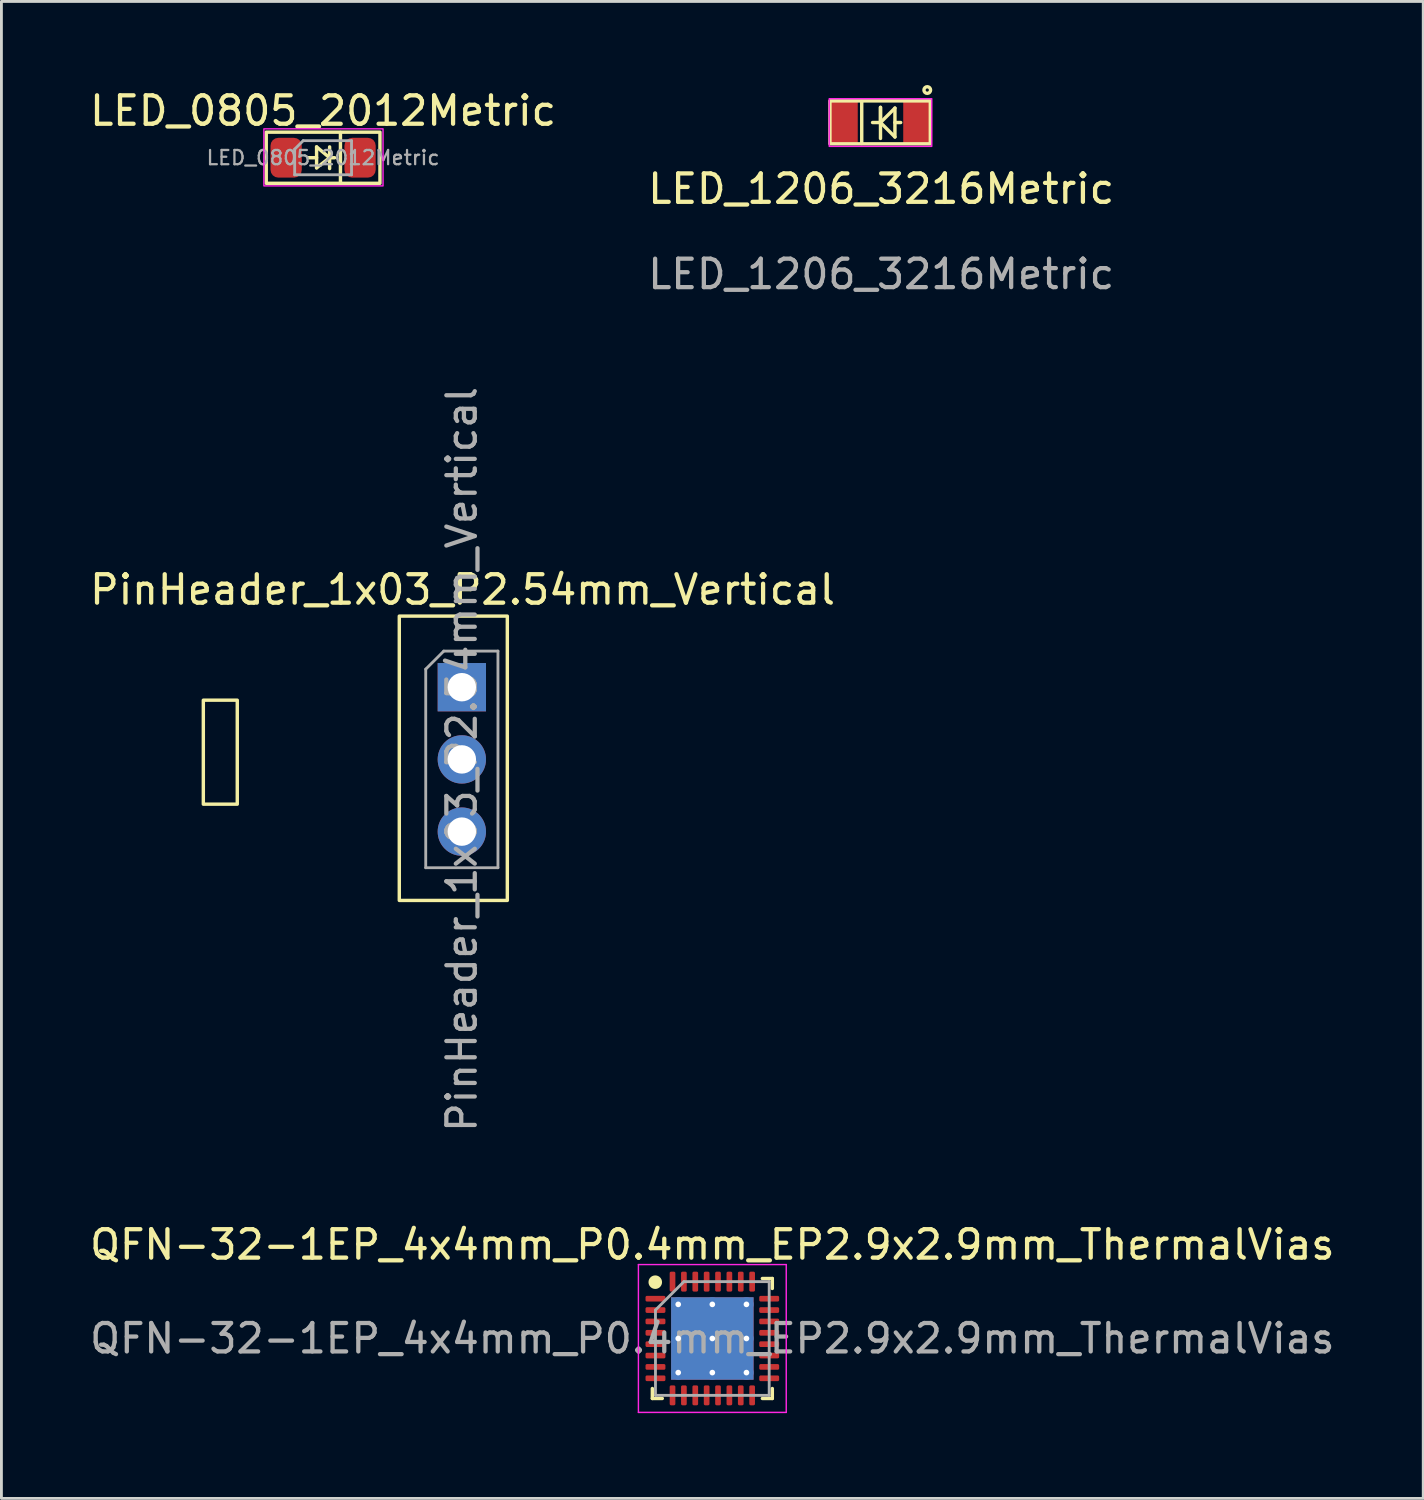
<source format=kicad_pcb>
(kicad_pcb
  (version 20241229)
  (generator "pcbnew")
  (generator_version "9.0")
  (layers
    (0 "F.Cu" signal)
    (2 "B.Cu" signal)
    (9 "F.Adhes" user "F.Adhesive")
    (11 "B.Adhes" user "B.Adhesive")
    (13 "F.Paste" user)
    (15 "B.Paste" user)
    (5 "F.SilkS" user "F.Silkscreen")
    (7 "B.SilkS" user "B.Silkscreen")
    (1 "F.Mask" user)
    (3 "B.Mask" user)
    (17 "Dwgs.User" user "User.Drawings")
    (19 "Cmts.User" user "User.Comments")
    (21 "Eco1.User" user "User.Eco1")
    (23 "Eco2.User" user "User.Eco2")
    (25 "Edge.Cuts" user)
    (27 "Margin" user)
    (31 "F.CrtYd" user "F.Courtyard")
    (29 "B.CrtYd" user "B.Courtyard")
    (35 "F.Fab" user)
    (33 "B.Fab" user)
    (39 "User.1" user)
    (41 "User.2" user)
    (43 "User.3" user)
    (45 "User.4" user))
  (footprint "LED_1206_3216Metric"
    (layer "F.Cu")
    (at 27.921 1.26)
    (property "Reference" "LED_1206_3216Metric" (at 0.025 2.334 0) (unlocked yes) (layer "F.SilkS") (effects (font (size 1 1) (thickness 0.15))))
    (attr smd)
    (fp_line (start -0.66 -0.737) (end -0.66 0.737) (stroke (width 0.12) (type default)) (layer "F.SilkS"))
    (fp_line (start 0 -0.533) (end 0 0.559) (stroke (width 0.12) (type default)) (layer "F.SilkS"))
    (fp_line (start 0 0) (end -0.279 0) (stroke (width 0.12) (type default)) (layer "F.SilkS"))
    (fp_line (start 0 0) (end 0 -0.533) (stroke (width 0.12) (type default)) (layer "F.SilkS"))
    (fp_line (start 0 0) (end 0.508 -0.508) (stroke (width 0.12) (type default)) (layer "F.SilkS"))
    (fp_line (start 0.508 -0.508) (end 0.508 0.508) (stroke (width 0.12) (type default)) (layer "F.SilkS"))
    (fp_line (start 0.508 0) (end 0.711 0) (stroke (width 0.12) (type default)) (layer "F.SilkS"))
    (fp_line (start 0.508 0.508) (end 0 0) (stroke (width 0.12) (type default)) (layer "F.SilkS"))
    (fp_rect (start -1.778 -0.762) (end 1.753 0.75) (stroke (width 0.12) (type default)) (fill no) (layer "F.SilkS"))
    (fp_circle (center 1.645 -1.143) (end 1.696 -1.168) (stroke (width 0.12) (type default)) (fill no) (layer "F.SilkS"))
    (fp_rect (start -1.803 -0.838) (end 1.803 0.838) (stroke (width 0.05) (type default)) (fill no) (layer "F.CrtYd"))
    (fp_text user "${REFERENCE}" (at 0.025 5.334 0) (unlocked yes) (layer "F.Fab") (effects (font (size 1 1) (thickness 0.15))))
    (pad "1" smd custom (at 1.3 0) (size 1 1.5) (layers "F.Cu" "F.Mask" "F.Paste") (options (anchor rect)) (primitives))
    (pad "2" smd custom (at -1.3 0) (size 1 1.5) (layers "F.Cu" "F.Mask" "F.Paste") (options (anchor rect)) (primitives)))
  (footprint "LED_0805_2012Metric"
    (layer "F.Cu")
    (at 8.315 2.498)
    (property "Reference" "LED_0805_2012Metric" (at 0 -1.65 0) (layer "F.SilkS") (effects (font (size 1 1) (thickness 0.15))))
    (attr smd)
    (fp_line (start -0.229 -0.381) (end 0.229 0) (stroke (width 0.12) (type default)) (layer "F.SilkS"))
    (fp_line (start -0.229 0) (end -0.508 0) (stroke (width 0.12) (type default)) (layer "F.SilkS"))
    (fp_line (start -0.229 0.356) (end -0.229 -0.381) (stroke (width 0.12) (type default)) (layer "F.SilkS"))
    (fp_line (start 0.229 0) (end -0.229 0.356) (stroke (width 0.12) (type default)) (layer "F.SilkS"))
    (fp_line (start 0.229 0) (end 0.406 0) (stroke (width 0.12) (type default)) (layer "F.SilkS"))
    (fp_line (start 0.229 0.381) (end 0.229 -0.381) (stroke (width 0.12) (type default)) (layer "F.SilkS"))
    (fp_line (start 0.61 -0.889) (end 0.61 0.889) (stroke (width 0.12) (type default)) (layer "F.SilkS"))
    (fp_rect (start -2 -0.9) (end 2 0.9) (stroke (width 0.12) (type default)) (fill no) (layer "F.SilkS"))
    (fp_rect (start -2.083 -1.016) (end 2.108 0.991) (stroke (width 0.05) (type default)) (fill no) (layer "F.CrtYd"))
    (fp_line (start -1 -0.3) (end -1 0.6) (stroke (width 0.1) (type solid)) (layer "F.Fab"))
    (fp_line (start -1 0.6) (end 1 0.6) (stroke (width 0.1) (type solid)) (layer "F.Fab"))
    (fp_line (start -0.7 -0.6) (end -1 -0.3) (stroke (width 0.1) (type solid)) (layer "F.Fab"))
    (fp_line (start 1 -0.6) (end -0.7 -0.6) (stroke (width 0.1) (type solid)) (layer "F.Fab"))
    (fp_line (start 1 0.6) (end 1 -0.6) (stroke (width 0.1) (type solid)) (layer "F.Fab"))
    (fp_text user "${REFERENCE}" (at 0 0 0) (layer "F.Fab") (effects (font (size 0.5 0.5) (thickness 0.08))))
    (pad "1" smd roundrect (at -1.3 0) (size 1.1 1.4) (layers "F.Cu" "F.Mask" "F.Paste") (roundrect_rratio 0.25))
    (pad "2" smd roundrect (at 1.3 0) (size 1.1 1.4) (layers "F.Cu" "F.Mask" "F.Paste") (roundrect_rratio 0.25)))
  (footprint "QFN-32-1EP_4x4mm_P0.4mm_EP2.9x2.9mm_ThermalVias"
    (layer "F.Cu")
    (at 22.006 44.031)
    (property "Reference" "QFN-32-1EP_4x4mm_P0.4mm_EP2.9x2.9mm_ThermalVias" (at 0 -3.3 0) (layer "F.SilkS") (effects (font (size 1 1) (thickness 0.15))))
    (attr smd)
    (fp_line (start -2.11 2.11) (end -2.11 1.76) (stroke (width 0.12) (type solid)) (layer "F.SilkS"))
    (fp_line (start -1.76 2.11) (end -2.11 2.11) (stroke (width 0.12) (type solid)) (layer "F.SilkS"))
    (fp_line (start 1.76 -2.11) (end 2.11 -2.11) (stroke (width 0.12) (type solid)) (layer "F.SilkS"))
    (fp_line (start 1.76 2.11) (end 2.11 2.11) (stroke (width 0.12) (type solid)) (layer "F.SilkS"))
    (fp_line (start 2.11 -2.11) (end 2.11 -1.76) (stroke (width 0.12) (type solid)) (layer "F.SilkS"))
    (fp_line (start 2.11 2.11) (end 2.11 1.76) (stroke (width 0.12) (type solid)) (layer "F.SilkS"))
    (fp_circle (center -2.007 -1.981) (end -1.829 -1.981) (stroke (width 0.12) (type solid)) (fill yes) (layer "F.SilkS"))
    (fp_line (start -2.6 -2.6) (end -2.6 2.6) (stroke (width 0.05) (type solid)) (layer "F.CrtYd"))
    (fp_line (start -2.6 2.6) (end 2.6 2.6) (stroke (width 0.05) (type solid)) (layer "F.CrtYd"))
    (fp_line (start 2.6 -2.6) (end -2.6 -2.6) (stroke (width 0.05) (type solid)) (layer "F.CrtYd"))
    (fp_line (start 2.6 2.6) (end 2.6 -2.6) (stroke (width 0.05) (type solid)) (layer "F.CrtYd"))
    (fp_line (start -2 -1) (end -1 -2) (stroke (width 0.1) (type solid)) (layer "F.Fab"))
    (fp_line (start -2 2) (end -2 -1) (stroke (width 0.1) (type solid)) (layer "F.Fab"))
    (fp_line (start -1 -2) (end 2 -2) (stroke (width 0.1) (type solid)) (layer "F.Fab"))
    (fp_line (start 2 -2) (end 2 2) (stroke (width 0.1) (type solid)) (layer "F.Fab"))
    (fp_line (start 2 2) (end -2 2) (stroke (width 0.1) (type solid)) (layer "F.Fab"))
    (fp_text user "${REFERENCE}" (at 0 0 0) (layer "F.Fab") (effects (font (size 1 1) (thickness 0.15))))
    (pad "" smd roundrect (at -0.725 -0.725) (size 1.26 1.26) (layers "F.Paste") (roundrect_rratio 0.198))
    (pad "" smd roundrect (at -0.725 0.725) (size 1.26 1.26) (layers "F.Paste") (roundrect_rratio 0.198))
    (pad "" smd roundrect (at 0.725 -0.725) (size 1.26 1.26) (layers "F.Paste") (roundrect_rratio 0.198))
    (pad "" smd roundrect (at 0.725 0.725) (size 1.26 1.26) (layers "F.Paste") (roundrect_rratio 0.198))
    (pad "1" smd roundrect (at -2 -1.4) (size 0.7 0.2) (layers "F.Cu" "F.Mask" "F.Paste") (roundrect_rratio 0.25))
    (pad "2" smd roundrect (at -2 -1) (size 0.7 0.2) (layers "F.Cu" "F.Mask" "F.Paste") (roundrect_rratio 0.25))
    (pad "3" smd roundrect (at -2 -0.6) (size 0.7 0.2) (layers "F.Cu" "F.Mask" "F.Paste") (roundrect_rratio 0.25))
    (pad "4" smd roundrect (at -2 -0.2) (size 0.7 0.2) (layers "F.Cu" "F.Mask" "F.Paste") (roundrect_rratio 0.25))
    (pad "5" smd roundrect (at -2 0.2) (size 0.7 0.2) (layers "F.Cu" "F.Mask" "F.Paste") (roundrect_rratio 0.25))
    (pad "6" smd roundrect (at -2 0.6) (size 0.7 0.2) (layers "F.Cu" "F.Mask" "F.Paste") (roundrect_rratio 0.25))
    (pad "7" smd roundrect (at -2 1) (size 0.7 0.2) (layers "F.Cu" "F.Mask" "F.Paste") (roundrect_rratio 0.25))
    (pad "8" smd roundrect (at -2 1.4) (size 0.7 0.2) (layers "F.Cu" "F.Mask" "F.Paste") (roundrect_rratio 0.25))
    (pad "9" smd roundrect (at -1.4 2) (size 0.2 0.7) (layers "F.Cu" "F.Mask" "F.Paste") (roundrect_rratio 0.25))
    (pad "10" smd roundrect (at -1 2) (size 0.2 0.7) (layers "F.Cu" "F.Mask" "F.Paste") (roundrect_rratio 0.25))
    (pad "11" smd roundrect (at -0.6 2) (size 0.2 0.7) (layers "F.Cu" "F.Mask" "F.Paste") (roundrect_rratio 0.25))
    (pad "12" smd roundrect (at -0.2 2) (size 0.2 0.7) (layers "F.Cu" "F.Mask" "F.Paste") (roundrect_rratio 0.25))
    (pad "13" smd roundrect (at 0.2 2) (size 0.2 0.7) (layers "F.Cu" "F.Mask" "F.Paste") (roundrect_rratio 0.25))
    (pad "14" smd roundrect (at 0.6 2) (size 0.2 0.7) (layers "F.Cu" "F.Mask" "F.Paste") (roundrect_rratio 0.25))
    (pad "15" smd roundrect (at 1 2) (size 0.2 0.7) (layers "F.Cu" "F.Mask" "F.Paste") (roundrect_rratio 0.25))
    (pad "16" smd roundrect (at 1.4 2) (size 0.2 0.7) (layers "F.Cu" "F.Mask" "F.Paste") (roundrect_rratio 0.25))
    (pad "17" smd roundrect (at 2 1.4) (size 0.7 0.2) (layers "F.Cu" "F.Mask" "F.Paste") (roundrect_rratio 0.25))
    (pad "18" smd roundrect (at 2 1) (size 0.7 0.2) (layers "F.Cu" "F.Mask" "F.Paste") (roundrect_rratio 0.25))
    (pad "19" smd roundrect (at 2 0.6) (size 0.7 0.2) (layers "F.Cu" "F.Mask" "F.Paste") (roundrect_rratio 0.25))
    (pad "20" smd roundrect (at 2 0.2) (size 0.7 0.2) (layers "F.Cu" "F.Mask" "F.Paste") (roundrect_rratio 0.25))
    (pad "21" smd roundrect (at 2 -0.2) (size 0.7 0.2) (layers "F.Cu" "F.Mask" "F.Paste") (roundrect_rratio 0.25))
    (pad "22" smd roundrect (at 2 -0.6) (size 0.7 0.2) (layers "F.Cu" "F.Mask" "F.Paste") (roundrect_rratio 0.25))
    (pad "23" smd roundrect (at 2 -1) (size 0.7 0.2) (layers "F.Cu" "F.Mask" "F.Paste") (roundrect_rratio 0.25))
    (pad "24" smd roundrect (at 2 -1.4) (size 0.7 0.2) (layers "F.Cu" "F.Mask" "F.Paste") (roundrect_rratio 0.25))
    (pad "25" smd roundrect (at 1.4 -2) (size 0.2 0.7) (layers "F.Cu" "F.Mask" "F.Paste") (roundrect_rratio 0.25))
    (pad "26" smd roundrect (at 1 -2) (size 0.2 0.7) (layers "F.Cu" "F.Mask" "F.Paste") (roundrect_rratio 0.25))
    (pad "27" smd roundrect (at 0.6 -2) (size 0.2 0.7) (layers "F.Cu" "F.Mask" "F.Paste") (roundrect_rratio 0.25))
    (pad "28" smd roundrect (at 0.2 -2) (size 0.2 0.7) (layers "F.Cu" "F.Mask" "F.Paste") (roundrect_rratio 0.25))
    (pad "29" smd roundrect (at -0.2 -2) (size 0.2 0.7) (layers "F.Cu" "F.Mask" "F.Paste") (roundrect_rratio 0.25))
    (pad "30" smd roundrect (at -0.6 -2) (size 0.2 0.7) (layers "F.Cu" "F.Mask" "F.Paste") (roundrect_rratio 0.25))
    (pad "31" smd roundrect (at -1 -2) (size 0.2 0.7) (layers "F.Cu" "F.Mask" "F.Paste") (roundrect_rratio 0.25))
    (pad "32" smd roundrect (at -1.4 -2) (size 0.2 0.7) (layers "F.Cu" "F.Mask" "F.Paste") (roundrect_rratio 0.25))
    (pad "33" thru_hole circle (at -1.2 -1.2) (size 0.5 0.5) (drill 0.2) (layers "*.Cu"))
    (pad "33" thru_hole circle (at -1.2 0) (size 0.5 0.5) (drill 0.2) (layers "*.Cu"))
    (pad "33" thru_hole circle (at -1.2 1.2) (size 0.5 0.5) (drill 0.2) (layers "*.Cu"))
    (pad "33" thru_hole circle (at 0 -1.2) (size 0.5 0.5) (drill 0.2) (layers "*.Cu"))
    (pad "33" thru_hole circle (at 0 0) (size 0.5 0.5) (drill 0.2) (layers "*.Cu"))
    (pad "33" smd rect (at 0 0) (size 2.9 2.9) (layers "F.Cu" "F.Mask"))
    (pad "33" smd rect (at 0 0) (size 2.9 2.9) (layers "B.Cu"))
    (pad "33" thru_hole circle (at 0 1.2) (size 0.5 0.5) (drill 0.2) (layers "*.Cu"))
    (pad "33" thru_hole circle (at 1.2 -1.2) (size 0.5 0.5) (drill 0.2) (layers "*.Cu"))
    (pad "33" thru_hole circle (at 1.2 0) (size 0.5 0.5) (drill 0.2) (layers "*.Cu"))
    (pad "33" thru_hole circle (at 1.2 1.2) (size 0.5 0.5) (drill 0.2) (layers "*.Cu")))
  (footprint "PinHeader_1x03_P2.54mm_Vertical"
    (layer "F.Cu")
    (at 13.195 21.122)
    (property "Reference" "PinHeader_1x03_P2.54mm_Vertical" (at 0.025 -3.429 0) (layer "F.SilkS") (effects (font (size 1 1) (thickness 0.15))))
    (attr through_hole)
    (fp_rect (start -9.093 0.457) (end -7.899 4.115) (stroke (width 0.12) (type default)) (fill no) (layer "F.SilkS"))
    (fp_rect (start -2.2 -2.5) (end 1.6 7.5) (stroke (width 0.12) (type default)) (fill no) (layer "F.SilkS"))
    (fp_line (start -1.27 -0.635) (end -0.635 -1.27) (stroke (width 0.1) (type solid)) (layer "F.Fab"))
    (fp_line (start -1.27 6.35) (end -1.27 -0.635) (stroke (width 0.1) (type solid)) (layer "F.Fab"))
    (fp_line (start -0.635 -1.27) (end 1.27 -1.27) (stroke (width 0.1) (type solid)) (layer "F.Fab"))
    (fp_line (start 1.27 -1.27) (end 1.27 6.35) (stroke (width 0.1) (type solid)) (layer "F.Fab"))
    (fp_line (start 1.27 6.35) (end -1.27 6.35) (stroke (width 0.1) (type solid)) (layer "F.Fab"))
    (fp_text user "${REFERENCE}" (at 0 2.54 90) (layer "F.Fab") (effects (font (size 1 1) (thickness 0.15))))
    (pad "1" thru_hole rect (at 0 0) (size 1.7 1.7) (drill 1) (layers "*.Cu" "*.Mask"))
    (pad "2" thru_hole oval (at 0 2.54) (size 1.7 1.7) (drill 1) (layers "*.Cu" "*.Mask"))
    (pad "3" thru_hole oval (at 0 5.08) (size 1.7 1.7) (drill 1) (layers "*.Cu" "*.Mask")))
  (gr_rect
    (start -3 -3)
    (end 47.012 49.656)
    (stroke (width 0.1) (type default))
    (fill no)
    (layer "Edge.Cuts")))
</source>
